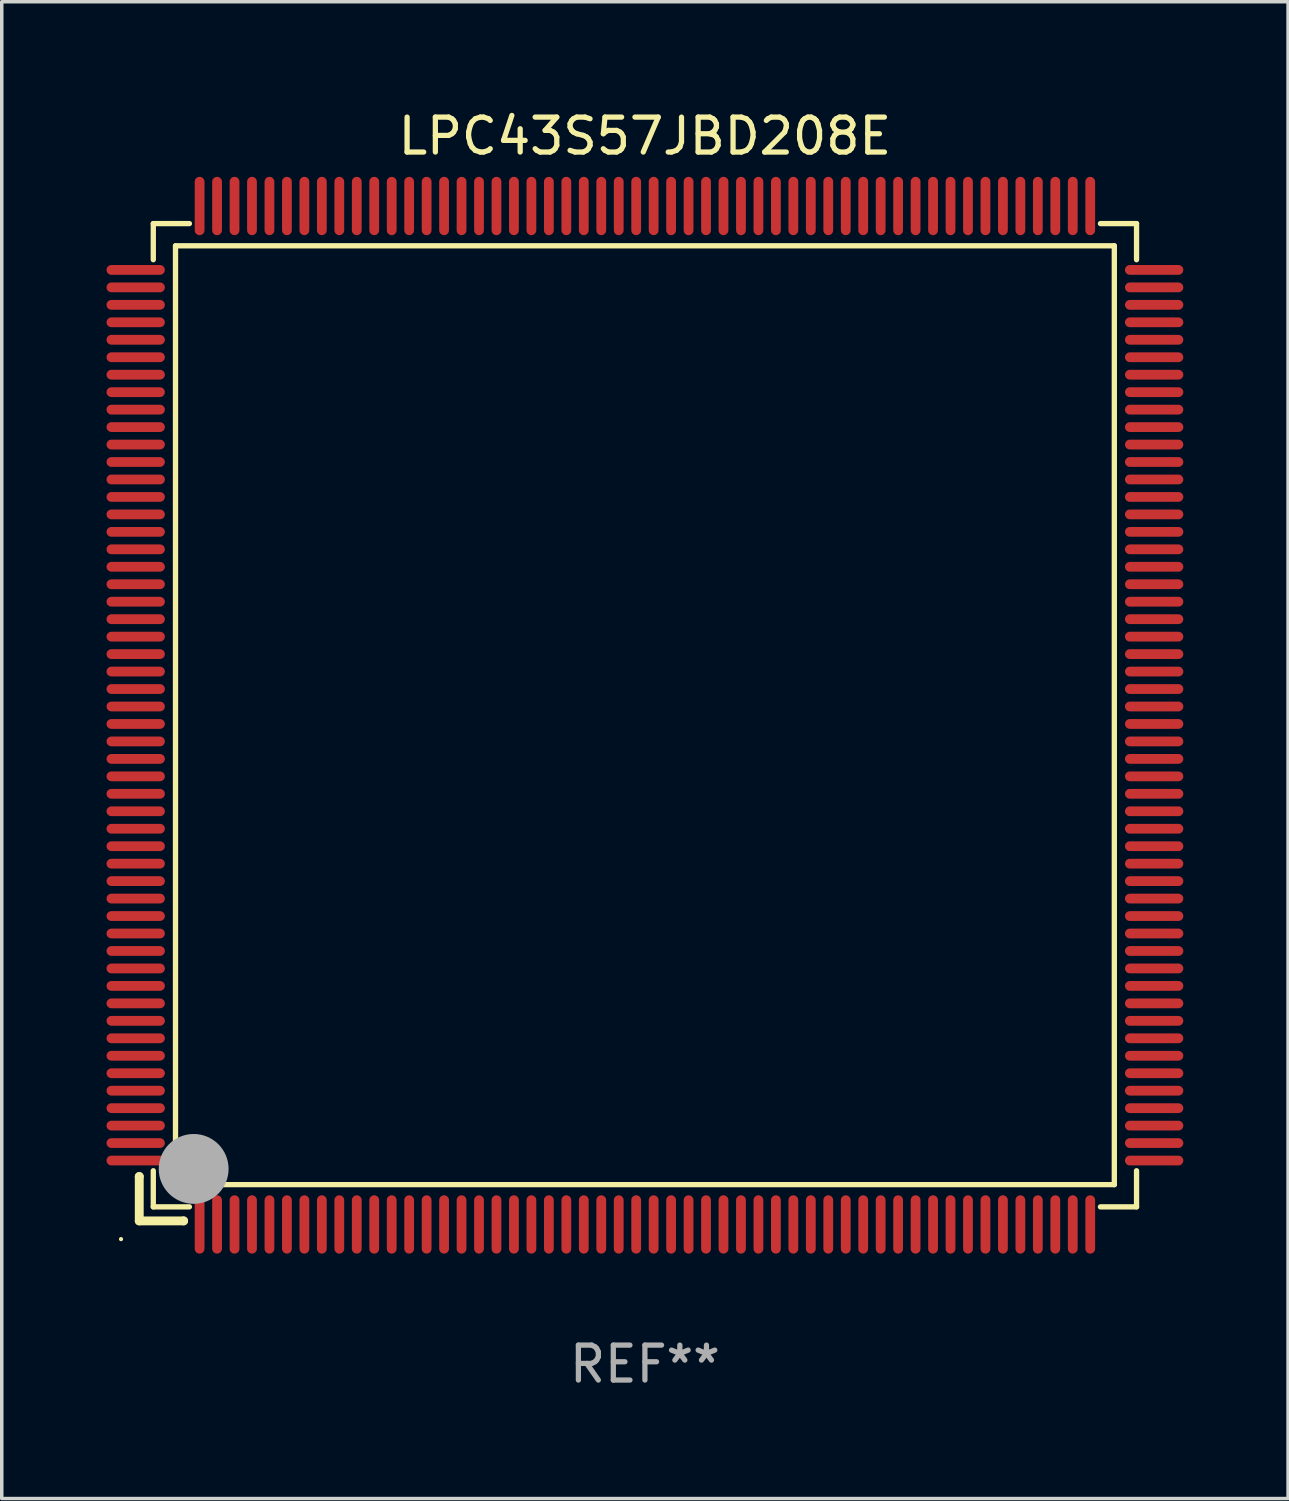
<source format=kicad_pcb>
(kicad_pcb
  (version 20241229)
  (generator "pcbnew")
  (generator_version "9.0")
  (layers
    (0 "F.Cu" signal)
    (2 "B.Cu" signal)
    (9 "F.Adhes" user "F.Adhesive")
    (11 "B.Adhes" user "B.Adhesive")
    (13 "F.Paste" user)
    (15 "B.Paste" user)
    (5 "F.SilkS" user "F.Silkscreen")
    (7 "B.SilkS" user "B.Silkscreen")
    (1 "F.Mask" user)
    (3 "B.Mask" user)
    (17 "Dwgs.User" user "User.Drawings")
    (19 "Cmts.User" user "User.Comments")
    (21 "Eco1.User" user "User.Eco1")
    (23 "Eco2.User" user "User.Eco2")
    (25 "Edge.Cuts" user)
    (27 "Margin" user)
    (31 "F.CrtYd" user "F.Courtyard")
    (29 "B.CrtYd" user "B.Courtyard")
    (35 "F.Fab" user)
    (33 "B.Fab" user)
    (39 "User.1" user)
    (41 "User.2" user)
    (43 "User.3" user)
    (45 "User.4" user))
  (footprint "LPC43S57JBD208E"
    (layer "F.Cu")
    (at 15.415 17.428)
    (property "Reference" "LPC43S57JBD208E" (at 0 -16.58 0) (layer "F.SilkS") (effects (font (size 1 1) (thickness 0.15))))
    (attr through_hole)
    (fp_line (start -14.478 13.208) (end -14.478 13.208) (stroke (width 0.254) (type solid)) (layer "F.SilkS"))
    (fp_line (start -14.478 13.208) (end -14.478 14.478) (stroke (width 0.254) (type solid)) (layer "F.SilkS"))
    (fp_line (start -14.478 14.478) (end -13.208 14.478) (stroke (width 0.254) (type solid)) (layer "F.SilkS"))
    (fp_line (start -14.076 -14.076) (end -14.076 -13.042) (stroke (width 0.152) (type solid)) (layer "F.SilkS"))
    (fp_line (start -14.076 14.076) (end -14.076 13.042) (stroke (width 0.152) (type solid)) (layer "F.SilkS"))
    (fp_line (start -13.44 -13.44) (end 13.44 -13.44) (stroke (width 0.152) (type solid)) (layer "F.SilkS"))
    (fp_line (start -13.44 13.44) (end -13.44 -13.44) (stroke (width 0.152) (type solid)) (layer "F.SilkS"))
    (fp_line (start -13.208 14.478) (end -13.208 14.478) (stroke (width 0.254) (type solid)) (layer "F.SilkS"))
    (fp_line (start -13.042 -14.076) (end -14.076 -14.076) (stroke (width 0.152) (type solid)) (layer "F.SilkS"))
    (fp_line (start -13.042 14.076) (end -14.076 14.076) (stroke (width 0.152) (type solid)) (layer "F.SilkS"))
    (fp_line (start 13.042 -14.076) (end 14.076 -14.076) (stroke (width 0.152) (type solid)) (layer "F.SilkS"))
    (fp_line (start 13.042 14.076) (end 14.076 14.076) (stroke (width 0.152) (type solid)) (layer "F.SilkS"))
    (fp_line (start 13.44 -13.44) (end 13.44 13.44) (stroke (width 0.152) (type solid)) (layer "F.SilkS"))
    (fp_line (start 13.44 13.44) (end -13.44 13.44) (stroke (width 0.152) (type solid)) (layer "F.SilkS"))
    (fp_line (start 14.076 -14.076) (end 14.076 -13.042) (stroke (width 0.152) (type solid)) (layer "F.SilkS"))
    (fp_line (start 14.076 14.076) (end 14.076 13.042) (stroke (width 0.152) (type solid)) (layer "F.SilkS"))
    (fp_circle (center -15 15) (end -14.97 15) (stroke (width 0.06) (type solid)) (fill no) (layer "F.SilkS"))
    (fp_circle (center -13.138 13.138) (end -13.063 13.138) (stroke (width 0.15) (type solid)) (fill no) (layer "F.SilkS"))
    (fp_circle (center -12.92 12.99) (end -12.42 12.99) (stroke (width 1) (type solid)) (fill no) (layer "F.Fab"))
    (fp_text user "REF**" (at 0 18.58 0) (layer "F.Fab") (effects (font (size 1 1) (thickness 0.15))))
    (pad "1" smd oval (at -12.75 14.58) (size 0.28 1.67) (layers "F.Cu" "F.Mask" "F.Paste"))
    (pad "2" smd oval (at -12.25 14.58) (size 0.28 1.67) (layers "F.Cu" "F.Mask" "F.Paste"))
    (pad "3" smd oval (at -11.75 14.58) (size 0.28 1.67) (layers "F.Cu" "F.Mask" "F.Paste"))
    (pad "4" smd oval (at -11.25 14.58) (size 0.28 1.67) (layers "F.Cu" "F.Mask" "F.Paste"))
    (pad "5" smd oval (at -10.75 14.58) (size 0.28 1.67) (layers "F.Cu" "F.Mask" "F.Paste"))
    (pad "6" smd oval (at -10.25 14.58) (size 0.28 1.67) (layers "F.Cu" "F.Mask" "F.Paste"))
    (pad "7" smd oval (at -9.75 14.58) (size 0.28 1.67) (layers "F.Cu" "F.Mask" "F.Paste"))
    (pad "8" smd oval (at -9.25 14.58) (size 0.28 1.67) (layers "F.Cu" "F.Mask" "F.Paste"))
    (pad "9" smd oval (at -8.75 14.58) (size 0.28 1.67) (layers "F.Cu" "F.Mask" "F.Paste"))
    (pad "10" smd oval (at -8.25 14.58) (size 0.28 1.67) (layers "F.Cu" "F.Mask" "F.Paste"))
    (pad "11" smd oval (at -7.75 14.58) (size 0.28 1.67) (layers "F.Cu" "F.Mask" "F.Paste"))
    (pad "12" smd oval (at -7.25 14.58) (size 0.28 1.67) (layers "F.Cu" "F.Mask" "F.Paste"))
    (pad "13" smd oval (at -6.75 14.58) (size 0.28 1.67) (layers "F.Cu" "F.Mask" "F.Paste"))
    (pad "14" smd oval (at -6.25 14.58) (size 0.28 1.67) (layers "F.Cu" "F.Mask" "F.Paste"))
    (pad "15" smd oval (at -5.75 14.58) (size 0.28 1.67) (layers "F.Cu" "F.Mask" "F.Paste"))
    (pad "16" smd oval (at -5.25 14.58) (size 0.28 1.67) (layers "F.Cu" "F.Mask" "F.Paste"))
    (pad "17" smd oval (at -4.75 14.58) (size 0.28 1.67) (layers "F.Cu" "F.Mask" "F.Paste"))
    (pad "18" smd oval (at -4.25 14.58) (size 0.28 1.67) (layers "F.Cu" "F.Mask" "F.Paste"))
    (pad "19" smd oval (at -3.75 14.58) (size 0.28 1.67) (layers "F.Cu" "F.Mask" "F.Paste"))
    (pad "20" smd oval (at -3.25 14.58) (size 0.28 1.67) (layers "F.Cu" "F.Mask" "F.Paste"))
    (pad "21" smd oval (at -2.75 14.58) (size 0.28 1.67) (layers "F.Cu" "F.Mask" "F.Paste"))
    (pad "22" smd oval (at -2.25 14.58) (size 0.28 1.67) (layers "F.Cu" "F.Mask" "F.Paste"))
    (pad "23" smd oval (at -1.75 14.58) (size 0.28 1.67) (layers "F.Cu" "F.Mask" "F.Paste"))
    (pad "24" smd oval (at -1.25 14.58) (size 0.28 1.67) (layers "F.Cu" "F.Mask" "F.Paste"))
    (pad "25" smd oval (at -0.75 14.58) (size 0.28 1.67) (layers "F.Cu" "F.Mask" "F.Paste"))
    (pad "26" smd oval (at -0.25 14.58) (size 0.28 1.67) (layers "F.Cu" "F.Mask" "F.Paste"))
    (pad "27" smd oval (at 0.25 14.58) (size 0.28 1.67) (layers "F.Cu" "F.Mask" "F.Paste"))
    (pad "28" smd oval (at 0.75 14.58) (size 0.28 1.67) (layers "F.Cu" "F.Mask" "F.Paste"))
    (pad "29" smd oval (at 1.25 14.58) (size 0.28 1.67) (layers "F.Cu" "F.Mask" "F.Paste"))
    (pad "30" smd oval (at 1.75 14.58) (size 0.28 1.67) (layers "F.Cu" "F.Mask" "F.Paste"))
    (pad "31" smd oval (at 2.25 14.58) (size 0.28 1.67) (layers "F.Cu" "F.Mask" "F.Paste"))
    (pad "32" smd oval (at 2.75 14.58) (size 0.28 1.67) (layers "F.Cu" "F.Mask" "F.Paste"))
    (pad "33" smd oval (at 3.25 14.58) (size 0.28 1.67) (layers "F.Cu" "F.Mask" "F.Paste"))
    (pad "34" smd oval (at 3.75 14.58) (size 0.28 1.67) (layers "F.Cu" "F.Mask" "F.Paste"))
    (pad "35" smd oval (at 4.25 14.58) (size 0.28 1.67) (layers "F.Cu" "F.Mask" "F.Paste"))
    (pad "36" smd oval (at 4.75 14.58) (size 0.28 1.67) (layers "F.Cu" "F.Mask" "F.Paste"))
    (pad "37" smd oval (at 5.25 14.58) (size 0.28 1.67) (layers "F.Cu" "F.Mask" "F.Paste"))
    (pad "38" smd oval (at 5.75 14.58) (size 0.28 1.67) (layers "F.Cu" "F.Mask" "F.Paste"))
    (pad "39" smd oval (at 6.25 14.58) (size 0.28 1.67) (layers "F.Cu" "F.Mask" "F.Paste"))
    (pad "40" smd oval (at 6.75 14.58) (size 0.28 1.67) (layers "F.Cu" "F.Mask" "F.Paste"))
    (pad "41" smd oval (at 7.25 14.58) (size 0.28 1.67) (layers "F.Cu" "F.Mask" "F.Paste"))
    (pad "42" smd oval (at 7.75 14.58) (size 0.28 1.67) (layers "F.Cu" "F.Mask" "F.Paste"))
    (pad "43" smd oval (at 8.25 14.58) (size 0.28 1.67) (layers "F.Cu" "F.Mask" "F.Paste"))
    (pad "44" smd oval (at 8.75 14.58) (size 0.28 1.67) (layers "F.Cu" "F.Mask" "F.Paste"))
    (pad "45" smd oval (at 9.25 14.58) (size 0.28 1.67) (layers "F.Cu" "F.Mask" "F.Paste"))
    (pad "46" smd oval (at 9.75 14.58) (size 0.28 1.67) (layers "F.Cu" "F.Mask" "F.Paste"))
    (pad "47" smd oval (at 10.25 14.58) (size 0.28 1.67) (layers "F.Cu" "F.Mask" "F.Paste"))
    (pad "48" smd oval (at 10.75 14.58) (size 0.28 1.67) (layers "F.Cu" "F.Mask" "F.Paste"))
    (pad "49" smd oval (at 11.25 14.58) (size 0.28 1.67) (layers "F.Cu" "F.Mask" "F.Paste"))
    (pad "50" smd oval (at 11.75 14.58) (size 0.28 1.67) (layers "F.Cu" "F.Mask" "F.Paste"))
    (pad "51" smd oval (at 12.25 14.58) (size 0.28 1.67) (layers "F.Cu" "F.Mask" "F.Paste"))
    (pad "52" smd oval (at 12.75 14.58) (size 0.28 1.67) (layers "F.Cu" "F.Mask" "F.Paste"))
    (pad "53" smd oval (at 14.58 12.75) (size 1.67 0.28) (layers "F.Cu" "F.Mask" "F.Paste"))
    (pad "54" smd oval (at 14.58 12.25) (size 1.67 0.28) (layers "F.Cu" "F.Mask" "F.Paste"))
    (pad "55" smd oval (at 14.58 11.75) (size 1.67 0.28) (layers "F.Cu" "F.Mask" "F.Paste"))
    (pad "56" smd oval (at 14.58 11.25) (size 1.67 0.28) (layers "F.Cu" "F.Mask" "F.Paste"))
    (pad "57" smd oval (at 14.58 10.75) (size 1.67 0.28) (layers "F.Cu" "F.Mask" "F.Paste"))
    (pad "58" smd oval (at 14.58 10.25) (size 1.67 0.28) (layers "F.Cu" "F.Mask" "F.Paste"))
    (pad "59" smd oval (at 14.58 9.75) (size 1.67 0.28) (layers "F.Cu" "F.Mask" "F.Paste"))
    (pad "60" smd oval (at 14.58 9.25) (size 1.67 0.28) (layers "F.Cu" "F.Mask" "F.Paste"))
    (pad "61" smd oval (at 14.58 8.75) (size 1.67 0.28) (layers "F.Cu" "F.Mask" "F.Paste"))
    (pad "62" smd oval (at 14.58 8.25) (size 1.67 0.28) (layers "F.Cu" "F.Mask" "F.Paste"))
    (pad "63" smd oval (at 14.58 7.75) (size 1.67 0.28) (layers "F.Cu" "F.Mask" "F.Paste"))
    (pad "64" smd oval (at 14.58 7.25) (size 1.67 0.28) (layers "F.Cu" "F.Mask" "F.Paste"))
    (pad "65" smd oval (at 14.58 6.75) (size 1.67 0.28) (layers "F.Cu" "F.Mask" "F.Paste"))
    (pad "66" smd oval (at 14.58 6.25) (size 1.67 0.28) (layers "F.Cu" "F.Mask" "F.Paste"))
    (pad "67" smd oval (at 14.58 5.75) (size 1.67 0.28) (layers "F.Cu" "F.Mask" "F.Paste"))
    (pad "68" smd oval (at 14.58 5.25) (size 1.67 0.28) (layers "F.Cu" "F.Mask" "F.Paste"))
    (pad "69" smd oval (at 14.58 4.75) (size 1.67 0.28) (layers "F.Cu" "F.Mask" "F.Paste"))
    (pad "70" smd oval (at 14.58 4.25) (size 1.67 0.28) (layers "F.Cu" "F.Mask" "F.Paste"))
    (pad "71" smd oval (at 14.58 3.75) (size 1.67 0.28) (layers "F.Cu" "F.Mask" "F.Paste"))
    (pad "72" smd oval (at 14.58 3.25) (size 1.67 0.28) (layers "F.Cu" "F.Mask" "F.Paste"))
    (pad "73" smd oval (at 14.58 2.75) (size 1.67 0.28) (layers "F.Cu" "F.Mask" "F.Paste"))
    (pad "74" smd oval (at 14.58 2.25) (size 1.67 0.28) (layers "F.Cu" "F.Mask" "F.Paste"))
    (pad "75" smd oval (at 14.58 1.75) (size 1.67 0.28) (layers "F.Cu" "F.Mask" "F.Paste"))
    (pad "76" smd oval (at 14.58 1.25) (size 1.67 0.28) (layers "F.Cu" "F.Mask" "F.Paste"))
    (pad "77" smd oval (at 14.58 0.75) (size 1.67 0.28) (layers "F.Cu" "F.Mask" "F.Paste"))
    (pad "78" smd oval (at 14.58 0.25) (size 1.67 0.28) (layers "F.Cu" "F.Mask" "F.Paste"))
    (pad "79" smd oval (at 14.58 -0.25) (size 1.67 0.28) (layers "F.Cu" "F.Mask" "F.Paste"))
    (pad "80" smd oval (at 14.58 -0.75) (size 1.67 0.28) (layers "F.Cu" "F.Mask" "F.Paste"))
    (pad "81" smd oval (at 14.58 -1.25) (size 1.67 0.28) (layers "F.Cu" "F.Mask" "F.Paste"))
    (pad "82" smd oval (at 14.58 -1.75) (size 1.67 0.28) (layers "F.Cu" "F.Mask" "F.Paste"))
    (pad "83" smd oval (at 14.58 -2.25) (size 1.67 0.28) (layers "F.Cu" "F.Mask" "F.Paste"))
    (pad "84" smd oval (at 14.58 -2.75) (size 1.67 0.28) (layers "F.Cu" "F.Mask" "F.Paste"))
    (pad "85" smd oval (at 14.58 -3.25) (size 1.67 0.28) (layers "F.Cu" "F.Mask" "F.Paste"))
    (pad "86" smd oval (at 14.58 -3.75) (size 1.67 0.28) (layers "F.Cu" "F.Mask" "F.Paste"))
    (pad "87" smd oval (at 14.58 -4.25) (size 1.67 0.28) (layers "F.Cu" "F.Mask" "F.Paste"))
    (pad "88" smd oval (at 14.58 -4.75) (size 1.67 0.28) (layers "F.Cu" "F.Mask" "F.Paste"))
    (pad "89" smd oval (at 14.58 -5.25) (size 1.67 0.28) (layers "F.Cu" "F.Mask" "F.Paste"))
    (pad "90" smd oval (at 14.58 -5.75) (size 1.67 0.28) (layers "F.Cu" "F.Mask" "F.Paste"))
    (pad "91" smd oval (at 14.58 -6.25) (size 1.67 0.28) (layers "F.Cu" "F.Mask" "F.Paste"))
    (pad "92" smd oval (at 14.58 -6.75) (size 1.67 0.28) (layers "F.Cu" "F.Mask" "F.Paste"))
    (pad "93" smd oval (at 14.58 -7.25) (size 1.67 0.28) (layers "F.Cu" "F.Mask" "F.Paste"))
    (pad "94" smd oval (at 14.58 -7.75) (size 1.67 0.28) (layers "F.Cu" "F.Mask" "F.Paste"))
    (pad "95" smd oval (at 14.58 -8.25) (size 1.67 0.28) (layers "F.Cu" "F.Mask" "F.Paste"))
    (pad "96" smd oval (at 14.58 -8.75) (size 1.67 0.28) (layers "F.Cu" "F.Mask" "F.Paste"))
    (pad "97" smd oval (at 14.58 -9.25) (size 1.67 0.28) (layers "F.Cu" "F.Mask" "F.Paste"))
    (pad "98" smd oval (at 14.58 -9.75) (size 1.67 0.28) (layers "F.Cu" "F.Mask" "F.Paste"))
    (pad "99" smd oval (at 14.58 -10.25) (size 1.67 0.28) (layers "F.Cu" "F.Mask" "F.Paste"))
    (pad "100" smd oval (at 14.58 -10.75) (size 1.67 0.28) (layers "F.Cu" "F.Mask" "F.Paste"))
    (pad "101" smd oval (at 14.58 -11.25) (size 1.67 0.28) (layers "F.Cu" "F.Mask" "F.Paste"))
    (pad "102" smd oval (at 14.58 -11.75) (size 1.67 0.28) (layers "F.Cu" "F.Mask" "F.Paste"))
    (pad "103" smd oval (at 14.58 -12.25) (size 1.67 0.28) (layers "F.Cu" "F.Mask" "F.Paste"))
    (pad "104" smd oval (at 14.58 -12.75) (size 1.67 0.28) (layers "F.Cu" "F.Mask" "F.Paste"))
    (pad "105" smd oval (at 12.75 -14.58) (size 0.28 1.67) (layers "F.Cu" "F.Mask" "F.Paste"))
    (pad "106" smd oval (at 12.25 -14.58) (size 0.28 1.67) (layers "F.Cu" "F.Mask" "F.Paste"))
    (pad "107" smd oval (at 11.75 -14.58) (size 0.28 1.67) (layers "F.Cu" "F.Mask" "F.Paste"))
    (pad "108" smd oval (at 11.25 -14.58) (size 0.28 1.67) (layers "F.Cu" "F.Mask" "F.Paste"))
    (pad "109" smd oval (at 10.75 -14.58) (size 0.28 1.67) (layers "F.Cu" "F.Mask" "F.Paste"))
    (pad "110" smd oval (at 10.25 -14.58) (size 0.28 1.67) (layers "F.Cu" "F.Mask" "F.Paste"))
    (pad "111" smd oval (at 9.75 -14.58) (size 0.28 1.67) (layers "F.Cu" "F.Mask" "F.Paste"))
    (pad "112" smd oval (at 9.25 -14.58) (size 0.28 1.67) (layers "F.Cu" "F.Mask" "F.Paste"))
    (pad "113" smd oval (at 8.75 -14.58) (size 0.28 1.67) (layers "F.Cu" "F.Mask" "F.Paste"))
    (pad "114" smd oval (at 8.25 -14.58) (size 0.28 1.67) (layers "F.Cu" "F.Mask" "F.Paste"))
    (pad "115" smd oval (at 7.75 -14.58) (size 0.28 1.67) (layers "F.Cu" "F.Mask" "F.Paste"))
    (pad "116" smd oval (at 7.25 -14.58) (size 0.28 1.67) (layers "F.Cu" "F.Mask" "F.Paste"))
    (pad "117" smd oval (at 6.75 -14.58) (size 0.28 1.67) (layers "F.Cu" "F.Mask" "F.Paste"))
    (pad "118" smd oval (at 6.25 -14.58) (size 0.28 1.67) (layers "F.Cu" "F.Mask" "F.Paste"))
    (pad "119" smd oval (at 5.75 -14.58) (size 0.28 1.67) (layers "F.Cu" "F.Mask" "F.Paste"))
    (pad "120" smd oval (at 5.25 -14.58) (size 0.28 1.67) (layers "F.Cu" "F.Mask" "F.Paste"))
    (pad "121" smd oval (at 4.75 -14.58) (size 0.28 1.67) (layers "F.Cu" "F.Mask" "F.Paste"))
    (pad "122" smd oval (at 4.25 -14.58) (size 0.28 1.67) (layers "F.Cu" "F.Mask" "F.Paste"))
    (pad "123" smd oval (at 3.75 -14.58) (size 0.28 1.67) (layers "F.Cu" "F.Mask" "F.Paste"))
    (pad "124" smd oval (at 3.25 -14.58) (size 0.28 1.67) (layers "F.Cu" "F.Mask" "F.Paste"))
    (pad "125" smd oval (at 2.75 -14.58) (size 0.28 1.67) (layers "F.Cu" "F.Mask" "F.Paste"))
    (pad "126" smd oval (at 2.25 -14.58) (size 0.28 1.67) (layers "F.Cu" "F.Mask" "F.Paste"))
    (pad "127" smd oval (at 1.75 -14.58) (size 0.28 1.67) (layers "F.Cu" "F.Mask" "F.Paste"))
    (pad "128" smd oval (at 1.25 -14.58) (size 0.28 1.67) (layers "F.Cu" "F.Mask" "F.Paste"))
    (pad "129" smd oval (at 0.75 -14.58) (size 0.28 1.67) (layers "F.Cu" "F.Mask" "F.Paste"))
    (pad "130" smd oval (at 0.25 -14.58) (size 0.28 1.67) (layers "F.Cu" "F.Mask" "F.Paste"))
    (pad "131" smd oval (at -0.25 -14.58) (size 0.28 1.67) (layers "F.Cu" "F.Mask" "F.Paste"))
    (pad "132" smd oval (at -0.75 -14.58) (size 0.28 1.67) (layers "F.Cu" "F.Mask" "F.Paste"))
    (pad "133" smd oval (at -1.25 -14.58) (size 0.28 1.67) (layers "F.Cu" "F.Mask" "F.Paste"))
    (pad "134" smd oval (at -1.75 -14.58) (size 0.28 1.67) (layers "F.Cu" "F.Mask" "F.Paste"))
    (pad "135" smd oval (at -2.25 -14.58) (size 0.28 1.67) (layers "F.Cu" "F.Mask" "F.Paste"))
    (pad "136" smd oval (at -2.75 -14.58) (size 0.28 1.67) (layers "F.Cu" "F.Mask" "F.Paste"))
    (pad "137" smd oval (at -3.25 -14.58) (size 0.28 1.67) (layers "F.Cu" "F.Mask" "F.Paste"))
    (pad "138" smd oval (at -3.75 -14.58) (size 0.28 1.67) (layers "F.Cu" "F.Mask" "F.Paste"))
    (pad "139" smd oval (at -4.25 -14.58) (size 0.28 1.67) (layers "F.Cu" "F.Mask" "F.Paste"))
    (pad "140" smd oval (at -4.75 -14.58) (size 0.28 1.67) (layers "F.Cu" "F.Mask" "F.Paste"))
    (pad "141" smd oval (at -5.25 -14.58) (size 0.28 1.67) (layers "F.Cu" "F.Mask" "F.Paste"))
    (pad "142" smd oval (at -5.75 -14.58) (size 0.28 1.67) (layers "F.Cu" "F.Mask" "F.Paste"))
    (pad "143" smd oval (at -6.25 -14.58) (size 0.28 1.67) (layers "F.Cu" "F.Mask" "F.Paste"))
    (pad "144" smd oval (at -6.75 -14.58) (size 0.28 1.67) (layers "F.Cu" "F.Mask" "F.Paste"))
    (pad "145" smd oval (at -7.25 -14.58) (size 0.28 1.67) (layers "F.Cu" "F.Mask" "F.Paste"))
    (pad "146" smd oval (at -7.75 -14.58) (size 0.28 1.67) (layers "F.Cu" "F.Mask" "F.Paste"))
    (pad "147" smd oval (at -8.25 -14.58) (size 0.28 1.67) (layers "F.Cu" "F.Mask" "F.Paste"))
    (pad "148" smd oval (at -8.75 -14.58) (size 0.28 1.67) (layers "F.Cu" "F.Mask" "F.Paste"))
    (pad "149" smd oval (at -9.25 -14.58) (size 0.28 1.67) (layers "F.Cu" "F.Mask" "F.Paste"))
    (pad "150" smd oval (at -9.75 -14.58) (size 0.28 1.67) (layers "F.Cu" "F.Mask" "F.Paste"))
    (pad "151" smd oval (at -10.25 -14.58) (size 0.28 1.67) (layers "F.Cu" "F.Mask" "F.Paste"))
    (pad "152" smd oval (at -10.75 -14.58) (size 0.28 1.67) (layers "F.Cu" "F.Mask" "F.Paste"))
    (pad "153" smd oval (at -11.25 -14.58) (size 0.28 1.67) (layers "F.Cu" "F.Mask" "F.Paste"))
    (pad "154" smd oval (at -11.75 -14.58) (size 0.28 1.67) (layers "F.Cu" "F.Mask" "F.Paste"))
    (pad "155" smd oval (at -12.25 -14.58) (size 0.28 1.67) (layers "F.Cu" "F.Mask" "F.Paste"))
    (pad "156" smd oval (at -12.75 -14.58) (size 0.28 1.67) (layers "F.Cu" "F.Mask" "F.Paste"))
    (pad "157" smd oval (at -14.58 -12.75) (size 1.67 0.28) (layers "F.Cu" "F.Mask" "F.Paste"))
    (pad "158" smd oval (at -14.58 -12.25) (size 1.67 0.28) (layers "F.Cu" "F.Mask" "F.Paste"))
    (pad "159" smd oval (at -14.58 -11.75) (size 1.67 0.28) (layers "F.Cu" "F.Mask" "F.Paste"))
    (pad "160" smd oval (at -14.58 -11.25) (size 1.67 0.28) (layers "F.Cu" "F.Mask" "F.Paste"))
    (pad "161" smd oval (at -14.58 -10.75) (size 1.67 0.28) (layers "F.Cu" "F.Mask" "F.Paste"))
    (pad "162" smd oval (at -14.58 -10.25) (size 1.67 0.28) (layers "F.Cu" "F.Mask" "F.Paste"))
    (pad "163" smd oval (at -14.58 -9.75) (size 1.67 0.28) (layers "F.Cu" "F.Mask" "F.Paste"))
    (pad "164" smd oval (at -14.58 -9.25) (size 1.67 0.28) (layers "F.Cu" "F.Mask" "F.Paste"))
    (pad "165" smd oval (at -14.58 -8.75) (size 1.67 0.28) (layers "F.Cu" "F.Mask" "F.Paste"))
    (pad "166" smd oval (at -14.58 -8.25) (size 1.67 0.28) (layers "F.Cu" "F.Mask" "F.Paste"))
    (pad "167" smd oval (at -14.58 -7.75) (size 1.67 0.28) (layers "F.Cu" "F.Mask" "F.Paste"))
    (pad "168" smd oval (at -14.58 -7.25) (size 1.67 0.28) (layers "F.Cu" "F.Mask" "F.Paste"))
    (pad "169" smd oval (at -14.58 -6.75) (size 1.67 0.28) (layers "F.Cu" "F.Mask" "F.Paste"))
    (pad "170" smd oval (at -14.58 -6.25) (size 1.67 0.28) (layers "F.Cu" "F.Mask" "F.Paste"))
    (pad "171" smd oval (at -14.58 -5.75) (size 1.67 0.28) (layers "F.Cu" "F.Mask" "F.Paste"))
    (pad "172" smd oval (at -14.58 -5.25) (size 1.67 0.28) (layers "F.Cu" "F.Mask" "F.Paste"))
    (pad "173" smd oval (at -14.58 -4.75) (size 1.67 0.28) (layers "F.Cu" "F.Mask" "F.Paste"))
    (pad "174" smd oval (at -14.58 -4.25) (size 1.67 0.28) (layers "F.Cu" "F.Mask" "F.Paste"))
    (pad "175" smd oval (at -14.58 -3.75) (size 1.67 0.28) (layers "F.Cu" "F.Mask" "F.Paste"))
    (pad "176" smd oval (at -14.58 -3.25) (size 1.67 0.28) (layers "F.Cu" "F.Mask" "F.Paste"))
    (pad "177" smd oval (at -14.58 -2.75) (size 1.67 0.28) (layers "F.Cu" "F.Mask" "F.Paste"))
    (pad "178" smd oval (at -14.58 -2.25) (size 1.67 0.28) (layers "F.Cu" "F.Mask" "F.Paste"))
    (pad "179" smd oval (at -14.58 -1.75) (size 1.67 0.28) (layers "F.Cu" "F.Mask" "F.Paste"))
    (pad "180" smd oval (at -14.58 -1.25) (size 1.67 0.28) (layers "F.Cu" "F.Mask" "F.Paste"))
    (pad "181" smd oval (at -14.58 -0.75) (size 1.67 0.28) (layers "F.Cu" "F.Mask" "F.Paste"))
    (pad "182" smd oval (at -14.58 -0.25) (size 1.67 0.28) (layers "F.Cu" "F.Mask" "F.Paste"))
    (pad "183" smd oval (at -14.58 0.25) (size 1.67 0.28) (layers "F.Cu" "F.Mask" "F.Paste"))
    (pad "184" smd oval (at -14.58 0.75) (size 1.67 0.28) (layers "F.Cu" "F.Mask" "F.Paste"))
    (pad "185" smd oval (at -14.58 1.25) (size 1.67 0.28) (layers "F.Cu" "F.Mask" "F.Paste"))
    (pad "186" smd oval (at -14.58 1.75) (size 1.67 0.28) (layers "F.Cu" "F.Mask" "F.Paste"))
    (pad "187" smd oval (at -14.58 2.25) (size 1.67 0.28) (layers "F.Cu" "F.Mask" "F.Paste"))
    (pad "188" smd oval (at -14.58 2.75) (size 1.67 0.28) (layers "F.Cu" "F.Mask" "F.Paste"))
    (pad "189" smd oval (at -14.58 3.25) (size 1.67 0.28) (layers "F.Cu" "F.Mask" "F.Paste"))
    (pad "190" smd oval (at -14.58 3.75) (size 1.67 0.28) (layers "F.Cu" "F.Mask" "F.Paste"))
    (pad "191" smd oval (at -14.58 4.25) (size 1.67 0.28) (layers "F.Cu" "F.Mask" "F.Paste"))
    (pad "192" smd oval (at -14.58 4.75) (size 1.67 0.28) (layers "F.Cu" "F.Mask" "F.Paste"))
    (pad "193" smd oval (at -14.58 5.25) (size 1.67 0.28) (layers "F.Cu" "F.Mask" "F.Paste"))
    (pad "194" smd oval (at -14.58 5.75) (size 1.67 0.28) (layers "F.Cu" "F.Mask" "F.Paste"))
    (pad "195" smd oval (at -14.58 6.25) (size 1.67 0.28) (layers "F.Cu" "F.Mask" "F.Paste"))
    (pad "196" smd oval (at -14.58 6.75) (size 1.67 0.28) (layers "F.Cu" "F.Mask" "F.Paste"))
    (pad "197" smd oval (at -14.58 7.25) (size 1.67 0.28) (layers "F.Cu" "F.Mask" "F.Paste"))
    (pad "198" smd oval (at -14.58 7.75) (size 1.67 0.28) (layers "F.Cu" "F.Mask" "F.Paste"))
    (pad "199" smd oval (at -14.58 8.25) (size 1.67 0.28) (layers "F.Cu" "F.Mask" "F.Paste"))
    (pad "200" smd oval (at -14.58 8.75) (size 1.67 0.28) (layers "F.Cu" "F.Mask" "F.Paste"))
    (pad "201" smd oval (at -14.58 9.25) (size 1.67 0.28) (layers "F.Cu" "F.Mask" "F.Paste"))
    (pad "202" smd oval (at -14.58 9.75) (size 1.67 0.28) (layers "F.Cu" "F.Mask" "F.Paste"))
    (pad "203" smd oval (at -14.58 10.25) (size 1.67 0.28) (layers "F.Cu" "F.Mask" "F.Paste"))
    (pad "204" smd oval (at -14.58 10.75) (size 1.67 0.28) (layers "F.Cu" "F.Mask" "F.Paste"))
    (pad "205" smd oval (at -14.58 11.25) (size 1.67 0.28) (layers "F.Cu" "F.Mask" "F.Paste"))
    (pad "206" smd oval (at -14.58 11.75) (size 1.67 0.28) (layers "F.Cu" "F.Mask" "F.Paste"))
    (pad "207" smd oval (at -14.58 12.25) (size 1.67 0.28) (layers "F.Cu" "F.Mask" "F.Paste"))
    (pad "208" smd oval (at -14.58 12.75) (size 1.67 0.28) (layers "F.Cu" "F.Mask" "F.Paste")))
  (gr_rect
    (start -3 -3)
    (end 33.83 39.856)
    (stroke (width 0.1) (type default))
    (fill no)
    (layer "Edge.Cuts")))
</source>
